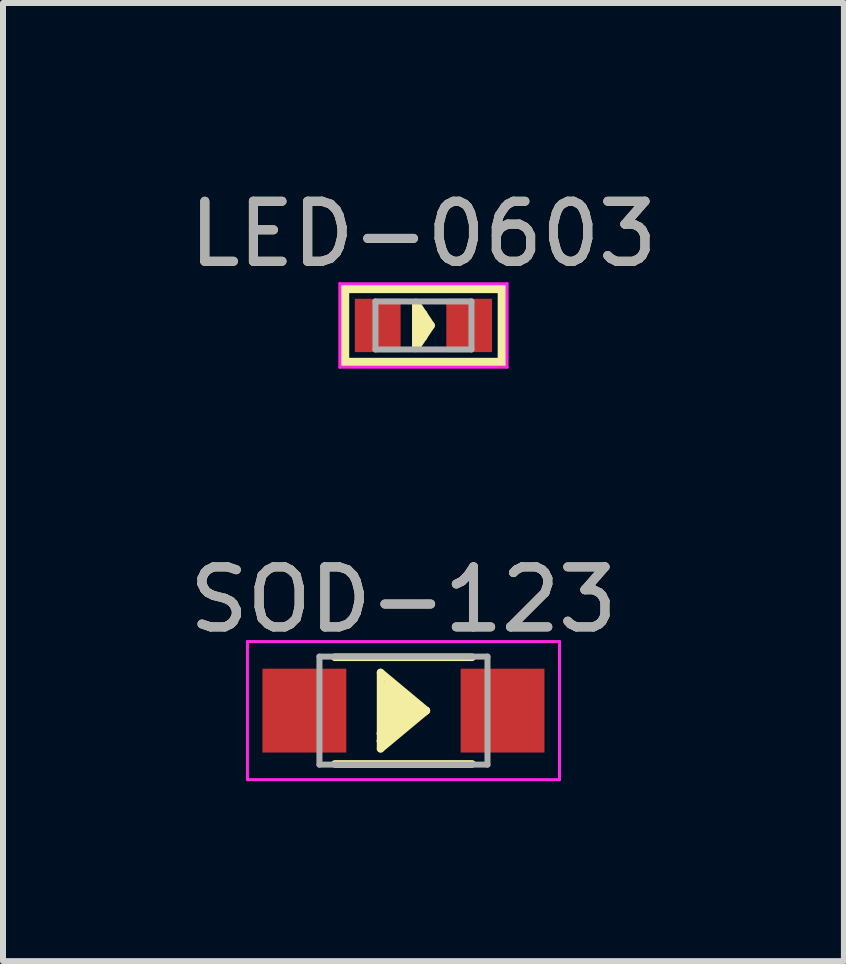
<source format=kicad_pcb>
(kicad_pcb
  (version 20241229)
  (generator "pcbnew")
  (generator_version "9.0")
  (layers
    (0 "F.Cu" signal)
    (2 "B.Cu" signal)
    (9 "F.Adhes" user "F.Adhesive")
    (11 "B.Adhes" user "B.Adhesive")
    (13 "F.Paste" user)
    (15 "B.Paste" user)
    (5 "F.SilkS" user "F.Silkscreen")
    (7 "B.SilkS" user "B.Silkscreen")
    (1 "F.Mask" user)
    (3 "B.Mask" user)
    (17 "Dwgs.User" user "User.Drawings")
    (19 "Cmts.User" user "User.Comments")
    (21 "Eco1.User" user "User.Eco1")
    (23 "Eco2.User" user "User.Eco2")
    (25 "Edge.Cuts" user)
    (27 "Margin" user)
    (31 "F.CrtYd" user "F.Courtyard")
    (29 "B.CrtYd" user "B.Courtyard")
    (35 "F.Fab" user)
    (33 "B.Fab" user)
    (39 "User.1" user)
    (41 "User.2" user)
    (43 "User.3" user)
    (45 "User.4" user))
  (footprint "LED-0603"
    (layer "F.Cu")
    (at 4.006 2.373)
    (property "Reference" "LED-0603" (at 0 -1.524 0) (layer "F.SilkS") (effects (font (size 1 1) (thickness 0.15))))
    (attr smd)
    (fp_line (start -1.333 -0.635) (end 1.333 -0.635) (stroke (width 0.127) (type solid)) (layer "F.SilkS"))
    (fp_line (start -1.333 0.635) (end -1.333 -0.635) (stroke (width 0.127) (type solid)) (layer "F.SilkS"))
    (fp_line (start -1.27 -0.572) (end 1.27 -0.572) (stroke (width 0.066) (type solid)) (layer "F.SilkS"))
    (fp_line (start -1.27 0.572) (end -1.27 -0.572) (stroke (width 0.066) (type solid)) (layer "F.SilkS"))
    (fp_line (start -1.27 0.572) (end 1.27 0.572) (stroke (width 0.066) (type solid)) (layer "F.SilkS"))
    (fp_line (start -0.127 -0.381) (end -0.127 0.381) (stroke (width 0.127) (type solid)) (layer "F.SilkS"))
    (fp_line (start -0.127 0.381) (end 0 0.191) (stroke (width 0.127) (type solid)) (layer "F.SilkS"))
    (fp_line (start -0.064 -0.254) (end -0.064 0.254) (stroke (width 0.127) (type solid)) (layer "F.SilkS"))
    (fp_line (start 0 -0.191) (end -0.127 -0.381) (stroke (width 0.127) (type solid)) (layer "F.SilkS"))
    (fp_line (start 0 -0.191) (end 0 0.191) (stroke (width 0.127) (type solid)) (layer "F.SilkS"))
    (fp_line (start 0 0.191) (end 0.127 0) (stroke (width 0.127) (type solid)) (layer "F.SilkS"))
    (fp_line (start 0.127 0) (end 0 -0.191) (stroke (width 0.127) (type solid)) (layer "F.SilkS"))
    (fp_line (start 1.27 0.572) (end 1.27 -0.572) (stroke (width 0.066) (type solid)) (layer "F.SilkS"))
    (fp_line (start 1.333 -0.635) (end 1.333 0.635) (stroke (width 0.127) (type solid)) (layer "F.SilkS"))
    (fp_line (start 1.333 0.635) (end -1.333 0.635) (stroke (width 0.127) (type solid)) (layer "F.SilkS"))
    (fp_line (start -1.393 -0.695) (end 1.393 -0.695) (stroke (width 0.05) (type solid)) (layer "F.CrtYd"))
    (fp_line (start -1.393 0.695) (end -1.393 -0.695) (stroke (width 0.05) (type solid)) (layer "F.CrtYd"))
    (fp_line (start 1.393 -0.695) (end 1.393 0.695) (stroke (width 0.05) (type solid)) (layer "F.CrtYd"))
    (fp_line (start 1.393 0.695) (end -1.393 0.695) (stroke (width 0.05) (type solid)) (layer "F.CrtYd"))
    (fp_line (start -0.8 -0.4) (end 0.8 -0.4) (stroke (width 0.1) (type solid)) (layer "F.Fab"))
    (fp_line (start -0.8 0.4) (end -0.8 -0.4) (stroke (width 0.1) (type solid)) (layer "F.Fab"))
    (fp_line (start 0.8 -0.4) (end 0.8 0.4) (stroke (width 0.1) (type solid)) (layer "F.Fab"))
    (fp_line (start 0.8 0.4) (end -0.8 0.4) (stroke (width 0.1) (type solid)) (layer "F.Fab"))
    (fp_text user "${REFERENCE}" (at 0 -1.525 0) (layer "F.Fab") (effects (font (size 1 1) (thickness 0.15))))
    (pad "1" smd rect (at 0.762 0) (size 0.762 0.889) (layers "F.Cu" "F.Mask" "F.Paste"))
    (pad "2" smd rect (at -0.762 0) (size 0.762 0.889) (layers "F.Cu" "F.Mask" "F.Paste")))
  (footprint "SOD-123"
    (layer "F.Cu")
    (at 3.673 8.791)
    (property "Reference" "SOD-123" (at 0 -1.85 0) (layer "F.SilkS") (effects (font (size 1 1) (thickness 0.15))))
    (attr smd)
    (fp_line (start -1.143 -0.889) (end 1.143 -0.889) (stroke (width 0.127) (type solid)) (layer "F.SilkS"))
    (fp_line (start -0.381 -0.635) (end 0.381 0) (stroke (width 0.127) (type solid)) (layer "F.SilkS"))
    (fp_line (start -0.381 0.381) (end -0.381 -0.635) (stroke (width 0.127) (type solid)) (layer "F.SilkS"))
    (fp_line (start -0.381 0.381) (end -0.254 -0.381) (stroke (width 0.127) (type solid)) (layer "F.SilkS"))
    (fp_line (start -0.381 0.508) (end -0.381 0.381) (stroke (width 0.127) (type solid)) (layer "F.SilkS"))
    (fp_line (start -0.381 0.508) (end -0.254 -0.508) (stroke (width 0.127) (type solid)) (layer "F.SilkS"))
    (fp_line (start -0.381 0.635) (end -0.381 0.508) (stroke (width 0.127) (type solid)) (layer "F.SilkS"))
    (fp_line (start -0.254 -0.508) (end 0.254 0) (stroke (width 0.127) (type solid)) (layer "F.SilkS"))
    (fp_line (start -0.254 -0.381) (end 0.127 0) (stroke (width 0.127) (type solid)) (layer "F.SilkS"))
    (fp_line (start -0.254 -0.254) (end -0.127 -0.127) (stroke (width 0.127) (type solid)) (layer "F.SilkS"))
    (fp_line (start -0.254 0.127) (end -0.254 -0.254) (stroke (width 0.127) (type solid)) (layer "F.SilkS"))
    (fp_line (start -0.254 0.127) (end -0.127 -0.127) (stroke (width 0.127) (type solid)) (layer "F.SilkS"))
    (fp_line (start -0.254 0.254) (end -0.254 0.127) (stroke (width 0.127) (type solid)) (layer "F.SilkS"))
    (fp_line (start -0.127 -0.127) (end -0.127 0) (stroke (width 0.127) (type solid)) (layer "F.SilkS"))
    (fp_line (start -0.127 -0.127) (end 0 0) (stroke (width 0.127) (type solid)) (layer "F.SilkS"))
    (fp_line (start 0 0) (end -0.254 0.127) (stroke (width 0.127) (type solid)) (layer "F.SilkS"))
    (fp_line (start 0.127 0) (end -0.254 0.254) (stroke (width 0.127) (type solid)) (layer "F.SilkS"))
    (fp_line (start 0.254 0) (end -0.381 0.381) (stroke (width 0.127) (type solid)) (layer "F.SilkS"))
    (fp_line (start 0.381 0) (end -0.381 0.508) (stroke (width 0.127) (type solid)) (layer "F.SilkS"))
    (fp_line (start 0.381 0) (end -0.381 0.635) (stroke (width 0.127) (type solid)) (layer "F.SilkS"))
    (fp_line (start 1.143 0.889) (end -1.143 0.889) (stroke (width 0.127) (type solid)) (layer "F.SilkS"))
    (fp_line (start -2.6 -1.15) (end -2.6 1.15) (stroke (width 0.05) (type solid)) (layer "F.CrtYd"))
    (fp_line (start -2.6 1.15) (end 2.6 1.15) (stroke (width 0.05) (type solid)) (layer "F.CrtYd"))
    (fp_line (start 2.6 -1.15) (end -2.6 -1.15) (stroke (width 0.05) (type solid)) (layer "F.CrtYd"))
    (fp_line (start 2.6 1.15) (end 2.6 -1.15) (stroke (width 0.05) (type solid)) (layer "F.CrtYd"))
    (fp_line (start -1.4 -0.9) (end 1.4 -0.9) (stroke (width 0.1) (type solid)) (layer "F.Fab"))
    (fp_line (start -1.4 0.9) (end -1.4 -0.9) (stroke (width 0.1) (type solid)) (layer "F.Fab"))
    (fp_line (start 1.4 -0.9) (end 1.4 0.9) (stroke (width 0.1) (type solid)) (layer "F.Fab"))
    (fp_line (start 1.4 0.9) (end -1.4 0.9) (stroke (width 0.1) (type solid)) (layer "F.Fab"))
    (fp_text user "${REFERENCE}" (at 0 -1.85 0) (layer "F.Fab") (effects (font (size 1 1) (thickness 0.15))))
    (pad "1" smd rect (at 1.651 0 180) (size 1.397 1.397) (layers "F.Cu" "F.Mask" "F.Paste"))
    (pad "2" smd rect (at -1.651 0 180) (size 1.397 1.397) (layers "F.Cu" "F.Mask" "F.Paste")))
  (gr_rect
    (start -3 -3)
    (end 11.012 12.966)
    (stroke (width 0.1) (type default))
    (fill no)
    (layer "Edge.Cuts")))
</source>
